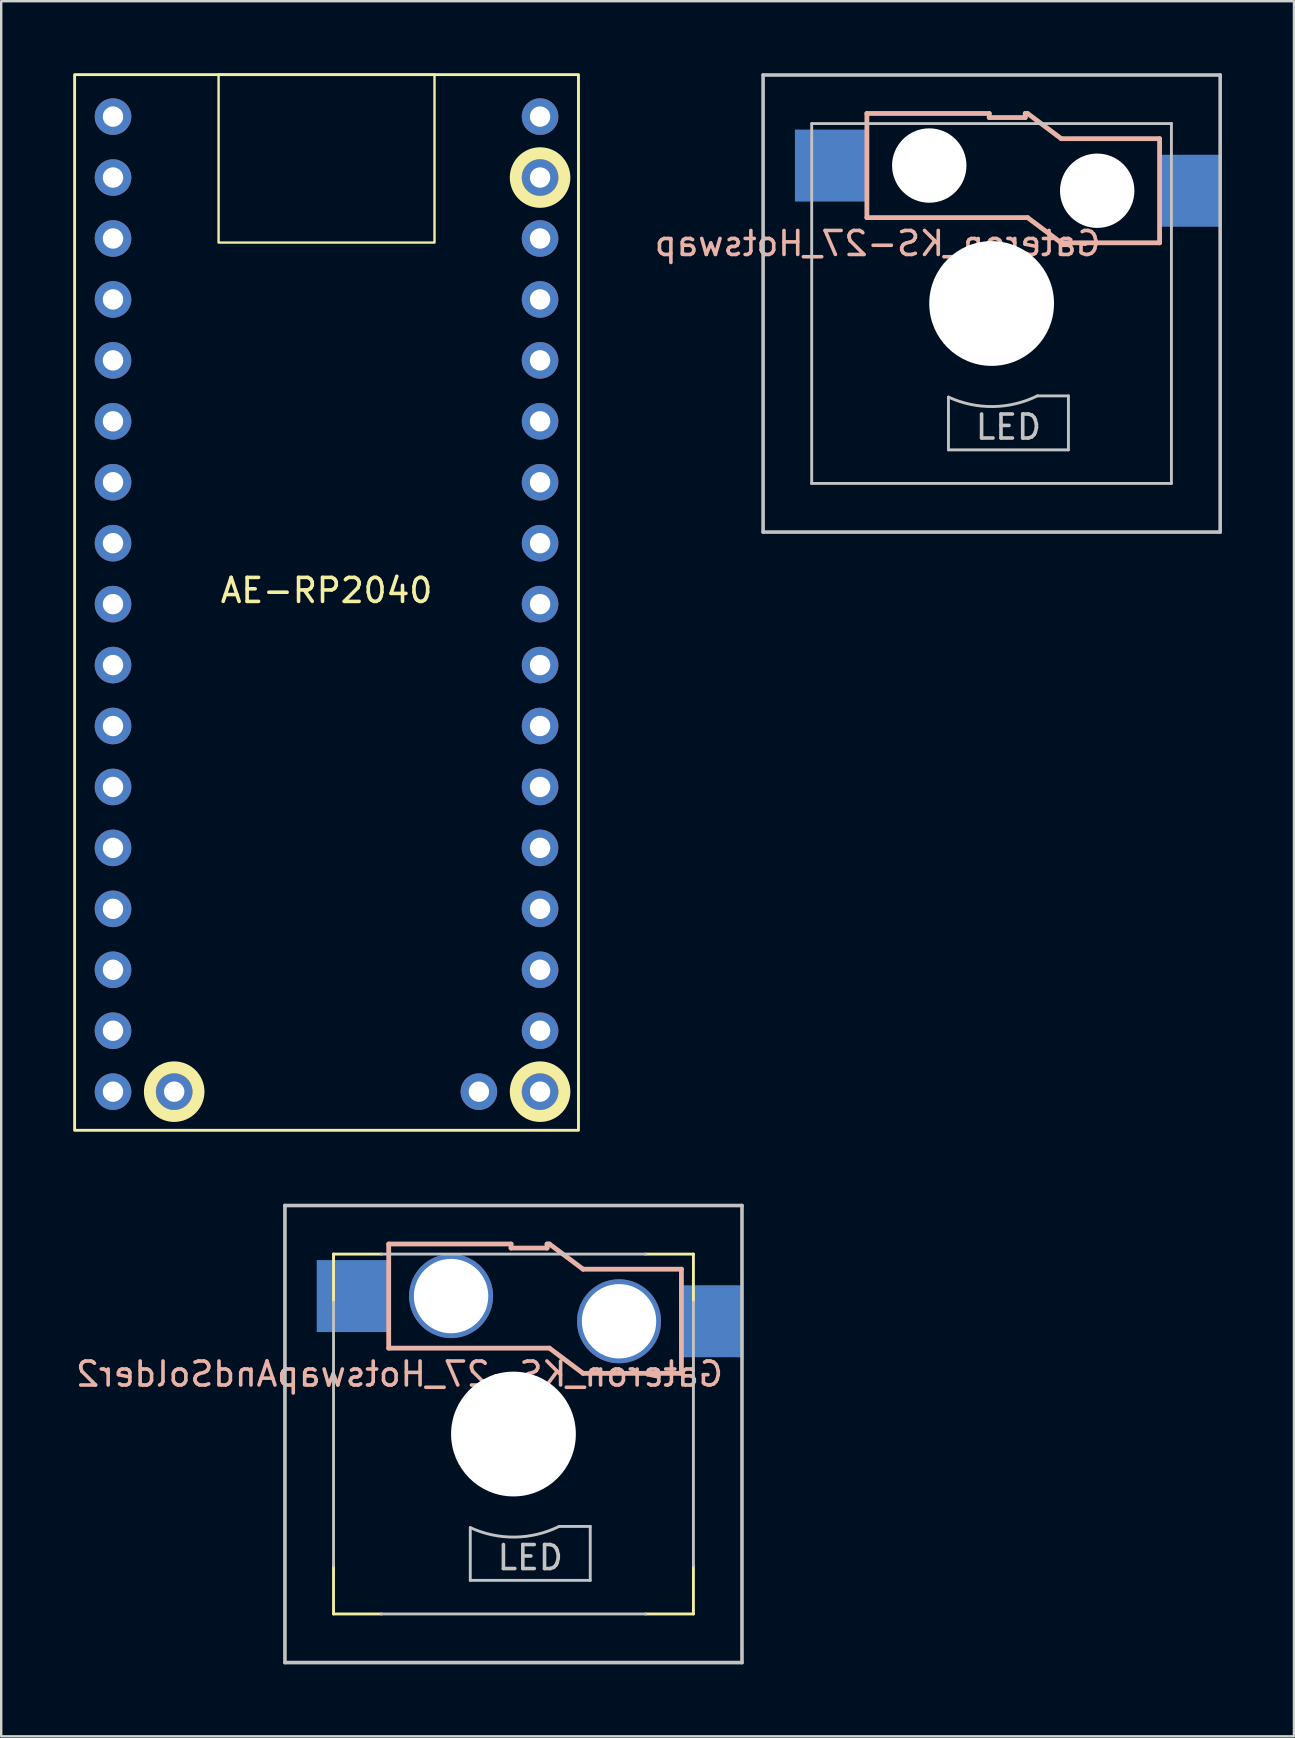
<source format=kicad_pcb>
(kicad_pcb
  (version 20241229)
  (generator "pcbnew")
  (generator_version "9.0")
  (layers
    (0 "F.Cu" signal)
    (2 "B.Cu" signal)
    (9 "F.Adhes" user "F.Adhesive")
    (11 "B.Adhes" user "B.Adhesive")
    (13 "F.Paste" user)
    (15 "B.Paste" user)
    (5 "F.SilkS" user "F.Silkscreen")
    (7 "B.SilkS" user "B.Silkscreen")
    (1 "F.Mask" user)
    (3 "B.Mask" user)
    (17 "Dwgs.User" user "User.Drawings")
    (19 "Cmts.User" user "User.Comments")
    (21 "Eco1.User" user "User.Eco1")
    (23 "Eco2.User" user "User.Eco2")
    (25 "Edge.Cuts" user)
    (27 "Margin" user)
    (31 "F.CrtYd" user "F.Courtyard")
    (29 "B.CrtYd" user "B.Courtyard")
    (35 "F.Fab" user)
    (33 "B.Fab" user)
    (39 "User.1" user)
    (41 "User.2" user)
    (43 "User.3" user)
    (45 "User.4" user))
  (footprint "Gateron_KS-27_HotswapAndSolder2"
    (layer "F.Cu")
    (at 18.351 56.72)
    (property "Reference" "Gateron_KS-27_HotswapAndSolder2" (at -4.75 -2.5 0) (layer "B.SilkS") (effects (font (size 1 1) (thickness 0.15)) (justify mirror)))
    (attr through_hole)
    (fp_line (start -7.5 -7.5) (end -7.5 -5.5) (stroke (width 0.12) (type solid)) (layer "F.SilkS"))
    (fp_line (start -7.5 -7.5) (end -5.5 -7.5) (stroke (width 0.12) (type solid)) (layer "F.SilkS"))
    (fp_line (start -7.5 7.5) (end -7.5 5.5) (stroke (width 0.12) (type solid)) (layer "F.SilkS"))
    (fp_line (start -7.5 7.5) (end -5.5 7.5) (stroke (width 0.12) (type solid)) (layer "F.SilkS"))
    (fp_line (start 7.5 -7.5) (end 5.5 -7.5) (stroke (width 0.12) (type solid)) (layer "F.SilkS"))
    (fp_line (start 7.5 -7.5) (end 7.5 -5.5) (stroke (width 0.12) (type solid)) (layer "F.SilkS"))
    (fp_line (start 7.5 7.5) (end 5.5 7.5) (stroke (width 0.12) (type solid)) (layer "F.SilkS"))
    (fp_line (start 7.5 7.5) (end 7.5 5.5) (stroke (width 0.12) (type solid)) (layer "F.SilkS"))
    (fp_line (start -5.2 -7.92) (end -0.1 -7.92) (stroke (width 0.2) (type solid)) (layer "B.SilkS"))
    (fp_line (start -5.2 -3.58) (end -5.2 -7.92) (stroke (width 0.2) (type solid)) (layer "B.SilkS"))
    (fp_line (start -5.2 -3.58) (end 1.5 -3.58) (stroke (width 0.2) (type solid)) (layer "B.SilkS"))
    (fp_line (start -0.1 -7.75) (end -0.1 -7.92) (stroke (width 0.2) (type solid)) (layer "B.SilkS"))
    (fp_line (start -0.1 -7.75) (end 1.4 -7.75) (stroke (width 0.2) (type solid)) (layer "B.SilkS"))
    (fp_line (start 1.4 -7.75) (end 1.4 -7.92) (stroke (width 0.2) (type solid)) (layer "B.SilkS"))
    (fp_line (start 1.5 -7.92) (end 1.4 -7.92) (stroke (width 0.2) (type solid)) (layer "B.SilkS"))
    (fp_line (start 1.5 -7.92) (end 2.9 -6.87) (stroke (width 0.2) (type solid)) (layer "B.SilkS"))
    (fp_line (start 1.5 -3.58) (end 2.9 -2.53) (stroke (width 0.2) (type solid)) (layer "B.SilkS"))
    (fp_line (start 2.9 -6.87) (end 7 -6.87) (stroke (width 0.2) (type solid)) (layer "B.SilkS"))
    (fp_line (start 2.9 -2.53) (end 7 -2.53) (stroke (width 0.2) (type solid)) (layer "B.SilkS"))
    (fp_line (start 7 -6.87) (end 7 -2.53) (stroke (width 0.2) (type solid)) (layer "B.SilkS"))
    (fp_line (start -9.525 -9.525) (end 9.525 -9.525) (stroke (width 0.15) (type solid)) (layer "Dwgs.User"))
    (fp_line (start -9.525 9.525) (end -9.525 -9.525) (stroke (width 0.15) (type solid)) (layer "Dwgs.User"))
    (fp_line (start -7.5 -5.5) (end -7.5 5.5) (stroke (width 0.12) (type solid)) (layer "Dwgs.User"))
    (fp_line (start -5.5 -7.5) (end 5.5 -7.5) (stroke (width 0.12) (type solid)) (layer "Dwgs.User"))
    (fp_line (start -1.8 3.9) (end -1.8 6.1) (stroke (width 0.12) (type solid)) (layer "Dwgs.User"))
    (fp_line (start -1.8 6.1) (end 3.2 6.1) (stroke (width 0.12) (type solid)) (layer "Dwgs.User"))
    (fp_line (start 1.91 3.85) (end 3.2 3.85) (stroke (width 0.12) (type solid)) (layer "Dwgs.User"))
    (fp_line (start 3.2 3.85) (end 3.2 6.1) (stroke (width 0.12) (type solid)) (layer "Dwgs.User"))
    (fp_line (start 5.5 7.5) (end -5.5 7.5) (stroke (width 0.12) (type solid)) (layer "Dwgs.User"))
    (fp_line (start 7.5 5.5) (end 7.5 -5.5) (stroke (width 0.12) (type solid)) (layer "Dwgs.User"))
    (fp_line (start 9.525 -9.525) (end 9.525 9.525) (stroke (width 0.15) (type solid)) (layer "Dwgs.User"))
    (fp_line (start 9.525 9.525) (end -9.525 9.525) (stroke (width 0.15) (type solid)) (layer "Dwgs.User"))
    (fp_arc (start 1.910873 3.846889) (mid 0.061469 4.294905) (end -1.799999 3.899999) (stroke (width 0.12) (type solid)) (layer "Dwgs.User"))
    (fp_text user "LED" (at 0.7 5.15 0) (layer "Dwgs.User") (effects (font (size 1 1) (thickness 0.15))))
    (pad "" np_thru_hole circle (at 0 0 90) (size 5.2 5.2) (drill 5.2) (layers "*.Cu" "*.Mask"))
    (pad "1" smd rect (at -6.7 -5.75) (size 3 3) (layers "B.Cu" "B.Mask" "B.Paste"))
    (pad "1" thru_hole circle (at -2.6 -5.75) (size 3.5 3.5) (drill 3.1) (layers "*.Cu" "*.Mask"))
    (pad "2" thru_hole circle (at 4.4 -4.7) (size 3.5 3.5) (drill 3.1) (layers "*.Cu" "*.Mask"))
    (pad "2" smd rect (at 8.275 -4.7) (size 2.55 3) (layers "B.Cu" "B.Mask" "B.Paste")))
  (footprint "Gateron_KS-27_Hotswap"
    (layer "F.Cu")
    (at 38.281 9.6)
    (property "Reference" "Gateron_KS-27_Hotswap" (at -4.75 -2.5 0) (unlocked yes) (layer "B.SilkS") (effects (font (size 1 1) (thickness 0.15)) (justify mirror)))
    (attr through_hole)
    (fp_line (start -5.2 -7.92) (end -0.1 -7.92) (stroke (width 0.2) (type solid)) (layer "B.SilkS"))
    (fp_line (start -5.2 -3.58) (end -5.2 -7.92) (stroke (width 0.2) (type solid)) (layer "B.SilkS"))
    (fp_line (start -5.2 -3.58) (end 1.5 -3.58) (stroke (width 0.2) (type solid)) (layer "B.SilkS"))
    (fp_line (start -0.1 -7.75) (end -0.1 -7.92) (stroke (width 0.2) (type solid)) (layer "B.SilkS"))
    (fp_line (start -0.1 -7.75) (end 1.4 -7.75) (stroke (width 0.2) (type solid)) (layer "B.SilkS"))
    (fp_line (start 1.4 -7.75) (end 1.4 -7.92) (stroke (width 0.2) (type solid)) (layer "B.SilkS"))
    (fp_line (start 1.5 -7.92) (end 1.4 -7.92) (stroke (width 0.2) (type solid)) (layer "B.SilkS"))
    (fp_line (start 1.5 -7.92) (end 2.9 -6.87) (stroke (width 0.2) (type solid)) (layer "B.SilkS"))
    (fp_line (start 1.5 -3.58) (end 2.9 -2.53) (stroke (width 0.2) (type solid)) (layer "B.SilkS"))
    (fp_line (start 2.9 -6.87) (end 7 -6.87) (stroke (width 0.2) (type solid)) (layer "B.SilkS"))
    (fp_line (start 2.9 -2.53) (end 7 -2.53) (stroke (width 0.2) (type solid)) (layer "B.SilkS"))
    (fp_line (start 7 -6.87) (end 7 -2.53) (stroke (width 0.2) (type solid)) (layer "B.SilkS"))
    (fp_line (start -9.525 -9.525) (end 9.525 -9.525) (stroke (width 0.15) (type solid)) (layer "Dwgs.User"))
    (fp_line (start -9.525 9.525) (end -9.525 -9.525) (stroke (width 0.15) (type solid)) (layer "Dwgs.User"))
    (fp_line (start -7.5 -7.5) (end -7.5 7.5) (stroke (width 0.12) (type solid)) (layer "Dwgs.User"))
    (fp_line (start -7.5 -7.5) (end 7.5 -7.5) (stroke (width 0.12) (type solid)) (layer "Dwgs.User"))
    (fp_line (start -1.8 3.9) (end -1.8 6.1) (stroke (width 0.12) (type solid)) (layer "Dwgs.User"))
    (fp_line (start -1.8 6.1) (end 3.2 6.1) (stroke (width 0.12) (type solid)) (layer "Dwgs.User"))
    (fp_line (start 1.91 3.85) (end 3.2 3.85) (stroke (width 0.12) (type solid)) (layer "Dwgs.User"))
    (fp_line (start 3.2 3.85) (end 3.2 6.1) (stroke (width 0.12) (type solid)) (layer "Dwgs.User"))
    (fp_line (start 7.493 7.5) (end -7.507 7.5) (stroke (width 0.12) (type solid)) (layer "Dwgs.User"))
    (fp_line (start 7.493 7.5) (end 7.493 -7.5) (stroke (width 0.12) (type solid)) (layer "Dwgs.User"))
    (fp_line (start 9.525 -9.525) (end 9.525 9.525) (stroke (width 0.15) (type solid)) (layer "Dwgs.User"))
    (fp_line (start 9.525 9.525) (end -9.525 9.525) (stroke (width 0.15) (type solid)) (layer "Dwgs.User"))
    (fp_arc (start 1.910873 3.846889) (mid 0.061469 4.294905) (end -1.799999 3.899999) (stroke (width 0.12) (type solid)) (layer "Dwgs.User"))
    (fp_text user "LED" (at 0.7 5.15 0) (layer "Dwgs.User") (effects (font (size 1 1) (thickness 0.15))))
    (pad "" np_thru_hole circle (at -2.6 -5.75) (size 3.1 3.1) (drill 3.1) (layers "*.Cu" "*.Mask"))
    (pad "" np_thru_hole circle (at 0 0 90) (size 5.2 5.2) (drill 5.2) (layers "*.Cu" "*.Mask"))
    (pad "" np_thru_hole circle (at 4.4 -4.7) (size 3.1 3.1) (drill 3.1) (layers "*.Cu" "*.Mask"))
    (pad "1" smd rect (at -6.7 -5.75) (size 3 3) (layers "B.Cu" "B.Mask" "B.Paste"))
    (pad "2" smd rect (at 8.275 -4.7) (size 2.55 3) (layers "B.Cu" "B.Mask" "B.Paste")))
  (footprint "AE-RP2040"
    (layer "F.Cu")
    (at 10.56 22.06)
    (property "Reference" "AE-RP2040" (at 0 -0.5 0) (unlocked yes) (layer "F.SilkS") (effects (font (size 1 1) (thickness 0.15))))
    (attr through_hole)
    (fp_rect (start -10.5 -22) (end 10.5 22) (stroke (width 0.12) (type default)) (fill no) (layer "F.SilkS"))
    (fp_rect (start -4.5 -22) (end 4.5 -15) (stroke (width 0.1) (type default)) (fill no) (layer "F.SilkS"))
    (fp_circle (center -6.35 20.39) (end -5.338 20.39) (stroke (width 0.5) (type default)) (fill no) (layer "F.SilkS"))
    (fp_circle (center 8.9 -17.71) (end 9.912 -17.71) (stroke (width 0.5) (type default)) (fill no) (layer "F.SilkS"))
    (fp_circle (center 8.9 20.39) (end 9.912 20.39) (stroke (width 0.5) (type default)) (fill no) (layer "F.SilkS"))
    (pad "1" thru_hole circle (at -8.9 -20.25) (size 1.524 1.524) (drill 0.85) (layers "*.Cu" "*.Mask"))
    (pad "2" thru_hole circle (at -8.9 -17.71) (size 1.524 1.524) (drill 0.85) (layers "*.Cu" "*.Mask"))
    (pad "3" thru_hole circle (at -8.9 -15.17) (size 1.524 1.524) (drill 0.85) (layers "*.Cu" "*.Mask"))
    (pad "4" thru_hole circle (at -8.9 -12.63) (size 1.524 1.524) (drill 0.85) (layers "*.Cu" "*.Mask"))
    (pad "5" thru_hole circle (at -8.9 -10.09) (size 1.524 1.524) (drill 0.85) (layers "*.Cu" "*.Mask"))
    (pad "6" thru_hole circle (at -8.9 -7.55) (size 1.524 1.524) (drill 0.85) (layers "*.Cu" "*.Mask"))
    (pad "7" thru_hole circle (at -8.9 -5.01) (size 1.524 1.524) (drill 0.85) (layers "*.Cu" "*.Mask"))
    (pad "8" thru_hole circle (at -8.9 -2.47) (size 1.524 1.524) (drill 0.85) (layers "*.Cu" "*.Mask"))
    (pad "9" thru_hole circle (at -8.9 0.07) (size 1.524 1.524) (drill 0.85) (layers "*.Cu" "*.Mask"))
    (pad "10" thru_hole circle (at -8.9 2.61) (size 1.524 1.524) (drill 0.85) (layers "*.Cu" "*.Mask"))
    (pad "11" thru_hole circle (at -8.9 5.15) (size 1.524 1.524) (drill 0.85) (layers "*.Cu" "*.Mask"))
    (pad "12" thru_hole circle (at -8.9 7.69) (size 1.524 1.524) (drill 0.85) (layers "*.Cu" "*.Mask"))
    (pad "13" thru_hole circle (at -8.9 10.23) (size 1.524 1.524) (drill 0.85) (layers "*.Cu" "*.Mask"))
    (pad "14" thru_hole circle (at -8.9 12.77) (size 1.524 1.524) (drill 0.85) (layers "*.Cu" "*.Mask"))
    (pad "15" thru_hole circle (at -8.9 15.31) (size 1.524 1.524) (drill 0.85) (layers "*.Cu" "*.Mask"))
    (pad "16" thru_hole circle (at -8.9 17.85) (size 1.524 1.524) (drill 0.85) (layers "*.Cu" "*.Mask"))
    (pad "17" thru_hole circle (at -8.9 20.39) (size 1.524 1.524) (drill 0.85) (layers "*.Cu" "*.Mask"))
    (pad "18" thru_hole circle (at 8.9 20.39) (size 1.524 1.524) (drill 0.85) (layers "*.Cu" "*.Mask"))
    (pad "19" thru_hole circle (at 8.9 17.85) (size 1.524 1.524) (drill 0.85) (layers "*.Cu" "*.Mask"))
    (pad "20" thru_hole circle (at 8.9 15.31) (size 1.524 1.524) (drill 0.85) (layers "*.Cu" "*.Mask"))
    (pad "21" thru_hole circle (at 8.9 12.77) (size 1.524 1.524) (drill 0.85) (layers "*.Cu" "*.Mask"))
    (pad "22" thru_hole circle (at 8.9 10.23) (size 1.524 1.524) (drill 0.85) (layers "*.Cu" "*.Mask"))
    (pad "23" thru_hole circle (at 8.9 7.69) (size 1.524 1.524) (drill 0.85) (layers "*.Cu" "*.Mask"))
    (pad "24" thru_hole circle (at 8.9 5.15) (size 1.524 1.524) (drill 0.85) (layers "*.Cu" "*.Mask"))
    (pad "25" thru_hole circle (at 8.9 2.61) (size 1.524 1.524) (drill 0.85) (layers "*.Cu" "*.Mask"))
    (pad "26" thru_hole circle (at 8.9 0.07) (size 1.524 1.524) (drill 0.85) (layers "*.Cu" "*.Mask"))
    (pad "27" thru_hole circle (at 8.9 -2.47) (size 1.524 1.524) (drill 0.85) (layers "*.Cu" "*.Mask"))
    (pad "28" thru_hole circle (at 8.9 -5.01) (size 1.524 1.524) (drill 0.85) (layers "*.Cu" "*.Mask"))
    (pad "29" thru_hole circle (at 8.9 -7.55) (size 1.524 1.524) (drill 0.85) (layers "*.Cu" "*.Mask"))
    (pad "30" thru_hole circle (at 8.9 -10.09) (size 1.524 1.524) (drill 0.85) (layers "*.Cu" "*.Mask"))
    (pad "31" thru_hole circle (at 8.9 -12.63) (size 1.524 1.524) (drill 0.85) (layers "*.Cu" "*.Mask"))
    (pad "32" thru_hole circle (at 8.9 -15.17) (size 1.524 1.524) (drill 0.85) (layers "*.Cu" "*.Mask"))
    (pad "33" thru_hole circle (at 8.9 -17.71) (size 1.524 1.524) (drill 0.85) (layers "*.Cu" "*.Mask"))
    (pad "34" thru_hole circle (at 8.9 -20.25) (size 1.524 1.524) (drill 0.85) (layers "*.Cu" "*.Mask"))
    (pad "35" thru_hole circle (at -6.35 20.39) (size 1.524 1.524) (drill 0.85) (layers "*.Cu" "*.Mask"))
    (pad "36" thru_hole circle (at 6.35 20.39) (size 1.524 1.524) (drill 0.85) (layers "*.Cu" "*.Mask")))
  (gr_rect
    (start -3 -3)
    (end 50.881 69.32)
    (stroke (width 0.1) (type default))
    (fill no)
    (layer "Edge.Cuts")))
</source>
